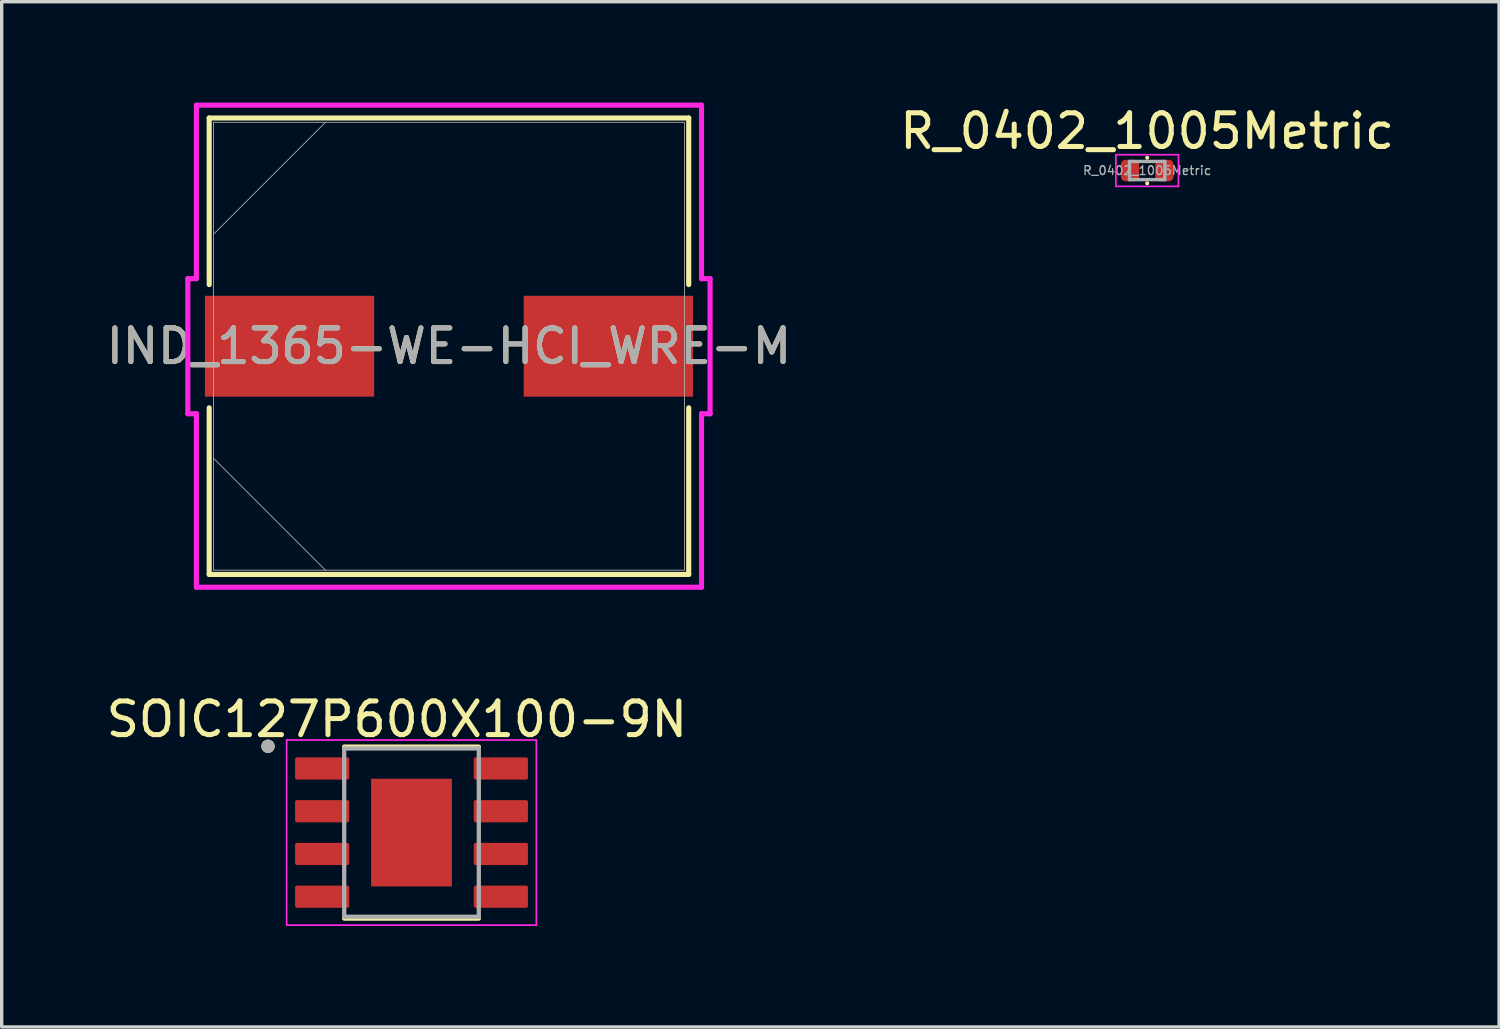
<source format=kicad_pcb>
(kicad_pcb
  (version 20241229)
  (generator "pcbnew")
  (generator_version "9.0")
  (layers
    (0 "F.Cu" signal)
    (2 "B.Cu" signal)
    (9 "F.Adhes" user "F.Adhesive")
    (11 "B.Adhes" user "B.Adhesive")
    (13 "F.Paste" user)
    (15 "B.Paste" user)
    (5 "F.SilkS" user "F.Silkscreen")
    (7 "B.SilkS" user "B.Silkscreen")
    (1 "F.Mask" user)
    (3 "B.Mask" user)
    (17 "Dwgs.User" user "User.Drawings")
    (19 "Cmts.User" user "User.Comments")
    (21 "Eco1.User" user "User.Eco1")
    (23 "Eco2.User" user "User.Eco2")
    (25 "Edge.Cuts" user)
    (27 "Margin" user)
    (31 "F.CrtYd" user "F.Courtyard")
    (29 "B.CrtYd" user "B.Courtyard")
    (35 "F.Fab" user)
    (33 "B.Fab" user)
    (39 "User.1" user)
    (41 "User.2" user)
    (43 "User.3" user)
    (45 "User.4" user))
  (footprint "IND_1365-WE-HCI_WRE-M"
    (layer "F.Cu")
    (at 10.292 7.239)
    (property "Reference" "IND_1365-WE-HCI_WRE-M" (at 0 0 0) (unlocked yes) (layer "F.SilkS") (effects (font (size 1 1) (thickness 0.15))))
    (attr smd)
    (fp_line (start -7.125 -6.782) (end -7.125 -1.831) (stroke (width 0.152) (type solid)) (layer "F.SilkS"))
    (fp_line (start -7.125 1.831) (end -7.125 6.782) (stroke (width 0.152) (type solid)) (layer "F.SilkS"))
    (fp_line (start -7.125 6.782) (end 7.125 6.782) (stroke (width 0.152) (type solid)) (layer "F.SilkS"))
    (fp_line (start 7.125 -6.782) (end -7.125 -6.782) (stroke (width 0.152) (type solid)) (layer "F.SilkS"))
    (fp_line (start 7.125 -1.831) (end 7.125 -6.782) (stroke (width 0.152) (type solid)) (layer "F.SilkS"))
    (fp_line (start 7.125 6.782) (end 7.125 1.831) (stroke (width 0.152) (type solid)) (layer "F.SilkS"))
    (fp_line (start -7.76 -2.007) (end -7.506 -2.007) (stroke (width 0.152) (type solid)) (layer "F.CrtYd"))
    (fp_line (start -7.76 2.007) (end -7.76 -2.007) (stroke (width 0.152) (type solid)) (layer "F.CrtYd"))
    (fp_line (start -7.506 -7.163) (end 7.506 -7.163) (stroke (width 0.152) (type solid)) (layer "F.CrtYd"))
    (fp_line (start -7.506 -2.007) (end -7.506 -7.163) (stroke (width 0.152) (type solid)) (layer "F.CrtYd"))
    (fp_line (start -7.506 2.007) (end -7.76 2.007) (stroke (width 0.152) (type solid)) (layer "F.CrtYd"))
    (fp_line (start -7.506 2.007) (end -7.506 7.163) (stroke (width 0.152) (type solid)) (layer "F.CrtYd"))
    (fp_line (start -7.506 7.163) (end 7.506 7.163) (stroke (width 0.152) (type solid)) (layer "F.CrtYd"))
    (fp_line (start 7.506 -7.163) (end 7.506 -2.007) (stroke (width 0.152) (type solid)) (layer "F.CrtYd"))
    (fp_line (start 7.506 -2.007) (end 7.76 -2.007) (stroke (width 0.152) (type solid)) (layer "F.CrtYd"))
    (fp_line (start 7.506 2.007) (end 7.76 2.007) (stroke (width 0.152) (type solid)) (layer "F.CrtYd"))
    (fp_line (start 7.506 7.163) (end 7.506 2.007) (stroke (width 0.152) (type solid)) (layer "F.CrtYd"))
    (fp_line (start 7.76 -2.007) (end 7.76 2.007) (stroke (width 0.152) (type solid)) (layer "F.CrtYd"))
    (fp_line (start -6.998 -6.655) (end -6.998 6.655) (stroke (width 0.025) (type solid)) (layer "F.Fab"))
    (fp_line (start -6.998 -3.327) (end -3.67 -6.655) (stroke (width 0.025) (type solid)) (layer "F.Fab"))
    (fp_line (start -6.998 3.327) (end -3.67 6.655) (stroke (width 0.025) (type solid)) (layer "F.Fab"))
    (fp_line (start -6.998 6.655) (end 6.998 6.655) (stroke (width 0.025) (type solid)) (layer "F.Fab"))
    (fp_line (start 6.998 -6.655) (end -6.998 -6.655) (stroke (width 0.025) (type solid)) (layer "F.Fab"))
    (fp_line (start 6.998 6.655) (end 6.998 -6.655) (stroke (width 0.025) (type solid)) (layer "F.Fab"))
    (fp_text user "${REFERENCE}" (at 0 0 0) (unlocked yes) (layer "F.Fab") (effects (font (size 1 1) (thickness 0.15))))
    (pad "1" smd rect (at -4.737 0 90) (size 2.997 5.029) (layers "F.Cu" "F.Mask" "F.Paste"))
    (pad "2" smd rect (at 4.737 0 90) (size 2.997 5.029) (layers "F.Cu" "F.Mask" "F.Paste")))
  (footprint "SOIC127P600X100-9N"
    (layer "F.Cu")
    (at 9.179 21.693)
    (property "Reference" "SOIC127P600X100-9N" (at -0.435 -3.367 0) (layer "F.SilkS") (effects (font (size 1 1) (thickness 0.15))))
    (attr smd)
    (fp_line (start -2 -2.555) (end 2 -2.555) (stroke (width 0.127) (type solid)) (layer "F.SilkS"))
    (fp_line (start -2 2.555) (end 2 2.555) (stroke (width 0.127) (type solid)) (layer "F.SilkS"))
    (fp_circle (center -4.265 -2.565) (end -4.165 -2.565) (stroke (width 0.2) (type solid)) (fill no) (layer "F.SilkS"))
    (fp_poly (pts (xy -0.935 -1.335) (xy -0.135 -1.335) (xy -0.135 -0.135) (xy -0.935 -0.135)) (stroke (width 0.01) (type solid)) (fill yes) (layer "F.Paste"))
    (fp_poly (pts (xy -0.935 0.135) (xy -0.135 0.135) (xy -0.135 1.335) (xy -0.935 1.335)) (stroke (width 0.01) (type solid)) (fill yes) (layer "F.Paste"))
    (fp_poly (pts (xy 0.135 -1.335) (xy 0.935 -1.335) (xy 0.935 -0.135) (xy 0.135 -0.135)) (stroke (width 0.01) (type solid)) (fill yes) (layer "F.Paste"))
    (fp_poly (pts (xy 0.135 0.135) (xy 0.935 0.135) (xy 0.935 1.335) (xy 0.135 1.335)) (stroke (width 0.01) (type solid)) (fill yes) (layer "F.Paste"))
    (fp_line (start -3.71 -2.75) (end -3.71 2.75) (stroke (width 0.05) (type solid)) (layer "F.CrtYd"))
    (fp_line (start -3.71 -2.75) (end 3.71 -2.75) (stroke (width 0.05) (type solid)) (layer "F.CrtYd"))
    (fp_line (start -3.71 2.75) (end 3.71 2.75) (stroke (width 0.05) (type solid)) (layer "F.CrtYd"))
    (fp_line (start 3.71 -2.75) (end 3.71 2.75) (stroke (width 0.05) (type solid)) (layer "F.CrtYd"))
    (fp_line (start -2 -2.5) (end -2 2.5) (stroke (width 0.127) (type solid)) (layer "F.Fab"))
    (fp_line (start -2 -2.5) (end 2 -2.5) (stroke (width 0.127) (type solid)) (layer "F.Fab"))
    (fp_line (start -2 2.5) (end 2 2.5) (stroke (width 0.127) (type solid)) (layer "F.Fab"))
    (fp_line (start 2 -2.5) (end 2 2.5) (stroke (width 0.127) (type solid)) (layer "F.Fab"))
    (fp_circle (center -4.265 -2.565) (end -4.165 -2.565) (stroke (width 0.2) (type solid)) (fill no) (layer "F.Fab"))
    (pad "1" smd roundrect (at -2.655 -1.905) (size 1.61 0.66) (layers "F.Cu" "F.Mask" "F.Paste") (roundrect_rratio 0.08))
    (pad "2" smd roundrect (at -2.655 -0.635) (size 1.61 0.66) (layers "F.Cu" "F.Mask" "F.Paste") (roundrect_rratio 0.08))
    (pad "3" smd roundrect (at -2.655 0.635) (size 1.61 0.66) (layers "F.Cu" "F.Mask" "F.Paste") (roundrect_rratio 0.08))
    (pad "4" smd roundrect (at -2.655 1.905) (size 1.61 0.66) (layers "F.Cu" "F.Mask" "F.Paste") (roundrect_rratio 0.08))
    (pad "5" smd roundrect (at 2.655 1.905) (size 1.61 0.66) (layers "F.Cu" "F.Mask" "F.Paste") (roundrect_rratio 0.08))
    (pad "6" smd roundrect (at 2.655 0.635) (size 1.61 0.66) (layers "F.Cu" "F.Mask" "F.Paste") (roundrect_rratio 0.08))
    (pad "7" smd roundrect (at 2.655 -0.635) (size 1.61 0.66) (layers "F.Cu" "F.Mask" "F.Paste") (roundrect_rratio 0.08))
    (pad "8" smd roundrect (at 2.655 -1.905) (size 1.61 0.66) (layers "F.Cu" "F.Mask" "F.Paste") (roundrect_rratio 0.08))
    (pad "9" smd rect (at 0 0) (size 2.4 3.2) (layers "F.Cu" "F.Mask")))
  (footprint "R_0402_1005Metric"
    (layer "F.Cu")
    (at 31.042 2.018)
    (property "Reference" "R_0402_1005Metric" (at 0 -1.17 0) (layer "F.SilkS") (effects (font (size 1 1) (thickness 0.15))))
    (attr smd)
    (fp_line (start 0 -0.38) (end 0 -0.38) (stroke (width 0.12) (type solid)) (layer "F.SilkS"))
    (fp_line (start 0 0.38) (end 0 0.38) (stroke (width 0.12) (type solid)) (layer "F.SilkS"))
    (fp_line (start -0.93 -0.47) (end 0.93 -0.47) (stroke (width 0.05) (type solid)) (layer "F.CrtYd"))
    (fp_line (start -0.93 0.47) (end -0.93 -0.47) (stroke (width 0.05) (type solid)) (layer "F.CrtYd"))
    (fp_line (start 0.93 -0.47) (end 0.93 0.47) (stroke (width 0.05) (type solid)) (layer "F.CrtYd"))
    (fp_line (start 0.93 0.47) (end -0.93 0.47) (stroke (width 0.05) (type solid)) (layer "F.CrtYd"))
    (fp_line (start -0.525 -0.27) (end 0.525 -0.27) (stroke (width 0.1) (type solid)) (layer "F.Fab"))
    (fp_line (start -0.525 0.27) (end -0.525 -0.27) (stroke (width 0.1) (type solid)) (layer "F.Fab"))
    (fp_line (start 0.525 -0.27) (end 0.525 0.27) (stroke (width 0.1) (type solid)) (layer "F.Fab"))
    (fp_line (start 0.525 0.27) (end -0.525 0.27) (stroke (width 0.1) (type solid)) (layer "F.Fab"))
    (fp_text user "${REFERENCE}" (at 0 0 0) (layer "F.Fab") (effects (font (size 0.26 0.26) (thickness 0.04))))
    (pad "1" smd roundrect (at -0.51 0) (size 0.54 0.64) (layers "F.Cu" "F.Mask" "F.Paste") (roundrect_rratio 0.25))
    (pad "2" smd roundrect (at 0.51 0) (size 0.54 0.64) (layers "F.Cu" "F.Mask" "F.Paste") (roundrect_rratio 0.25)))
  (gr_rect
    (start -3 -3)
    (end 41.5 27.468)
    (stroke (width 0.1) (type default))
    (fill no)
    (layer "Edge.Cuts")))
</source>
